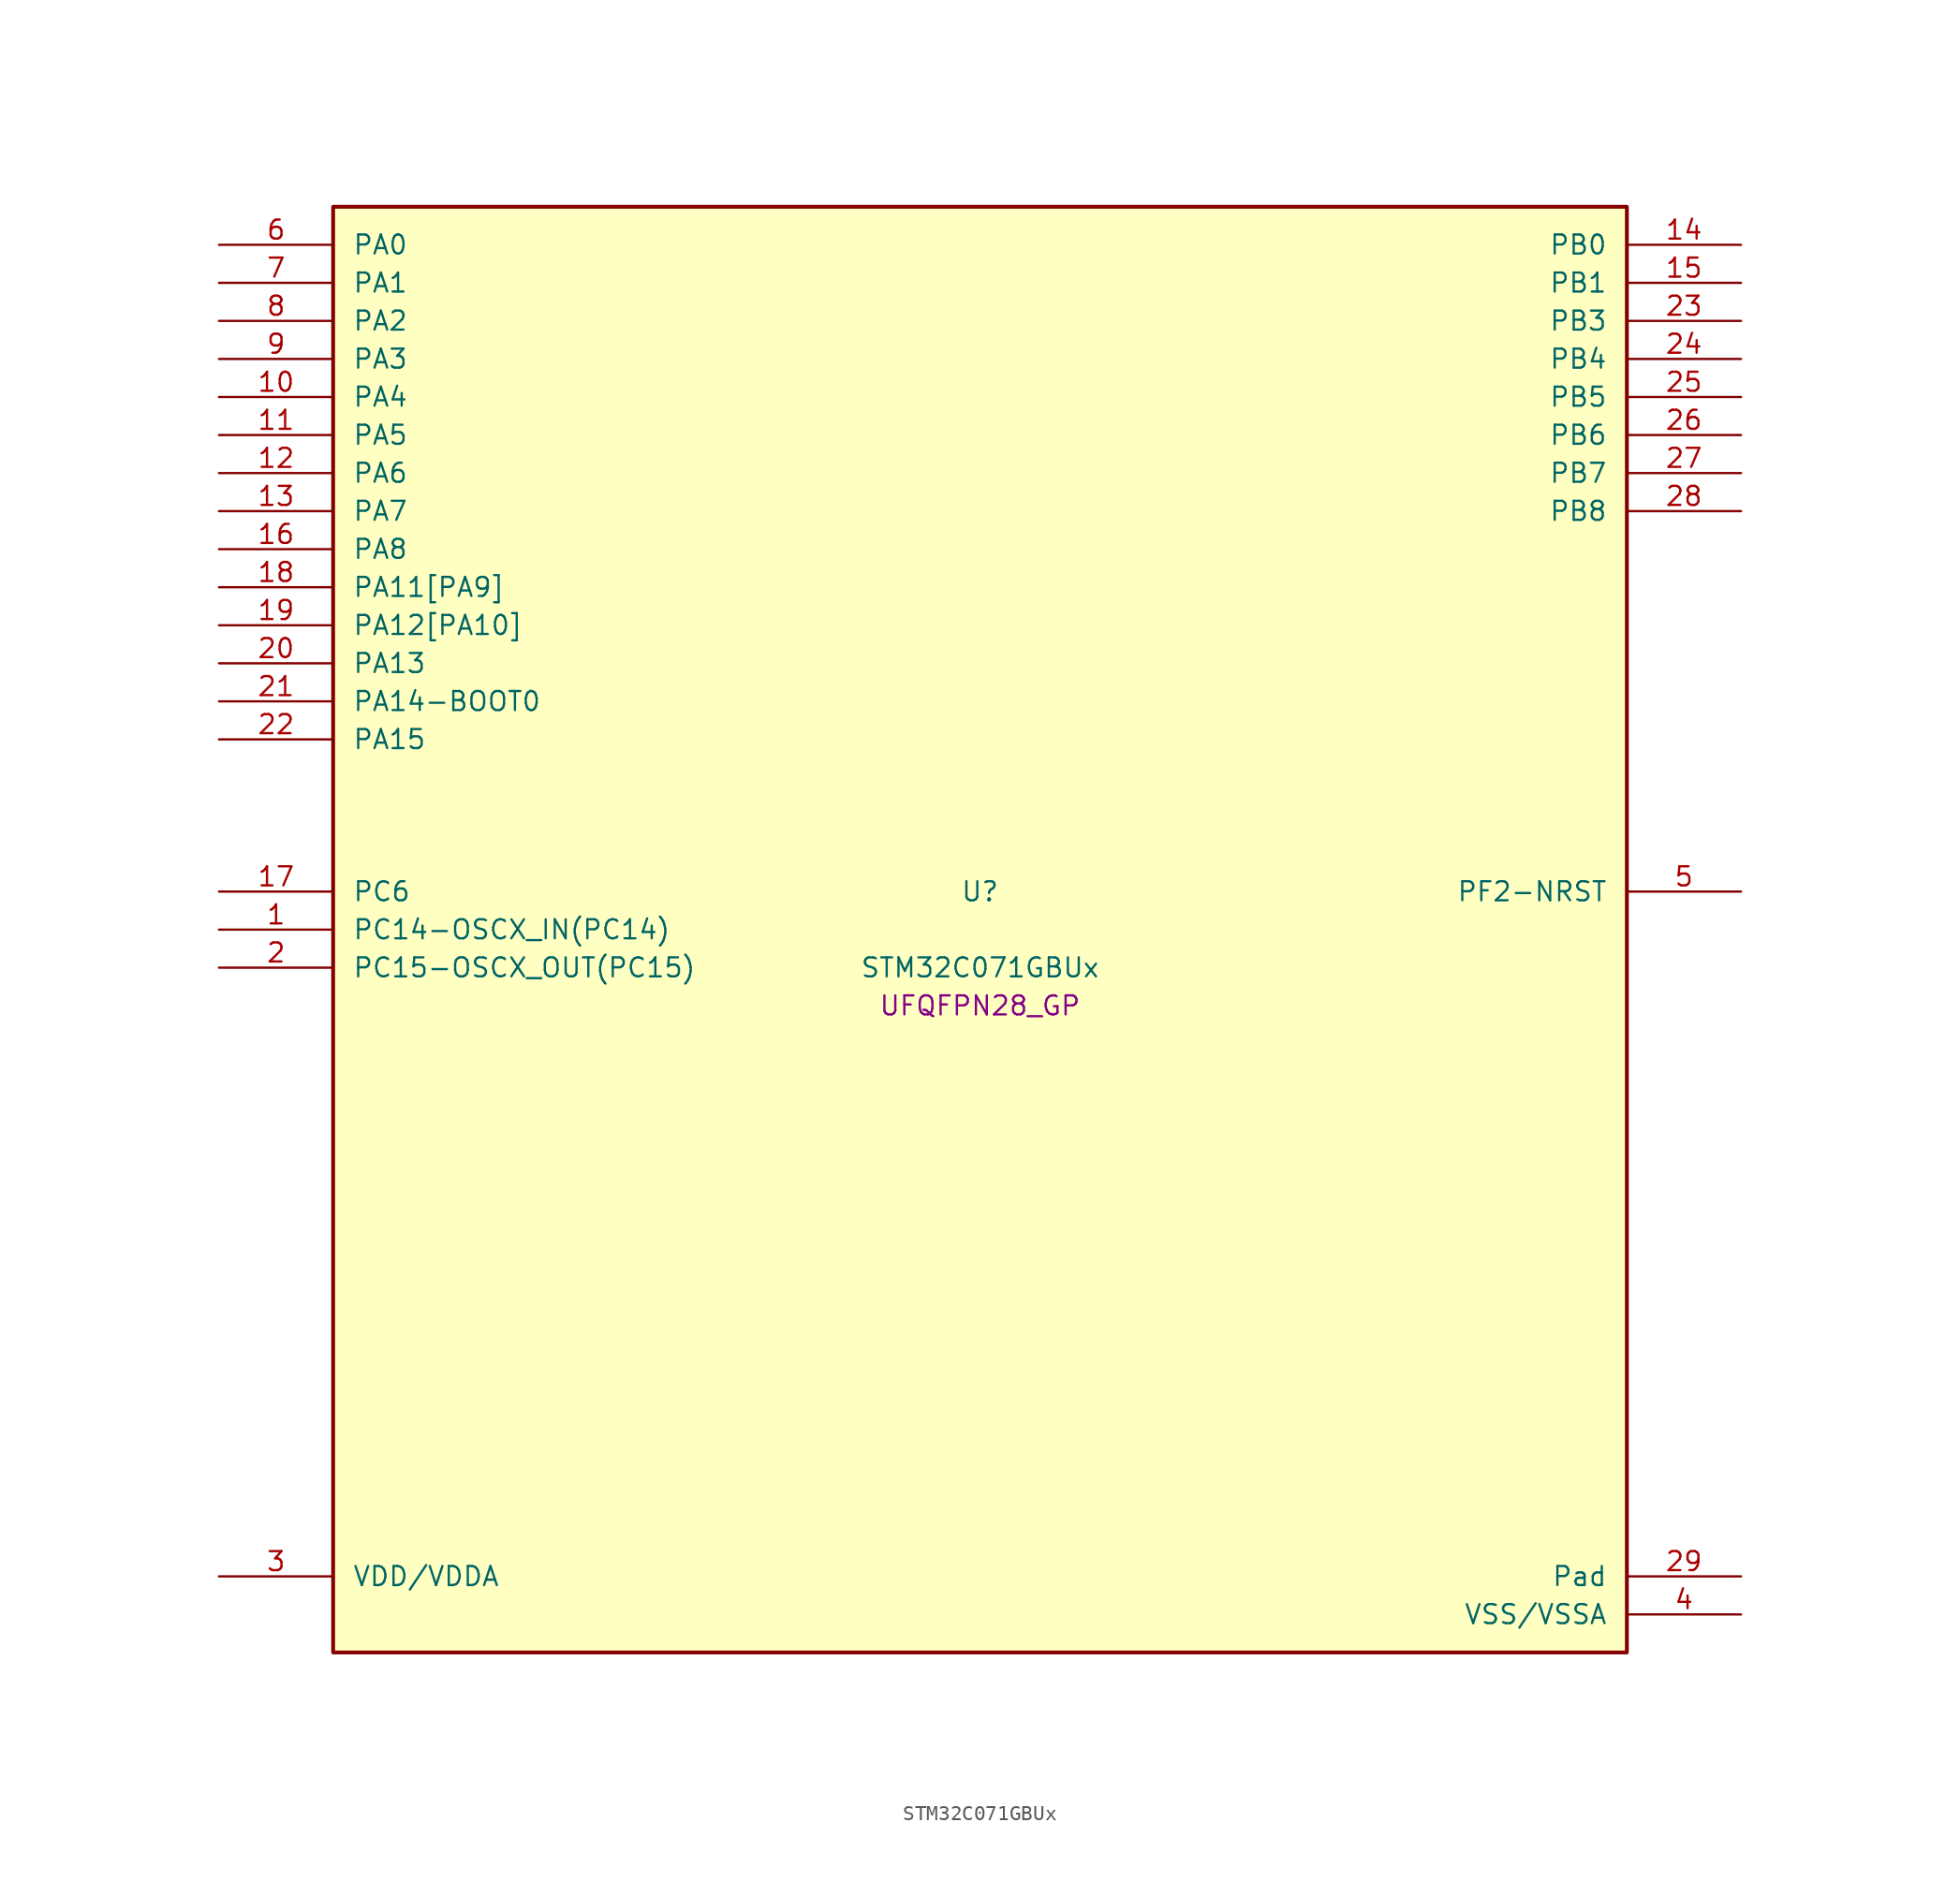
<source format=kicad_sym>
(kicad_symbol_lib
  (version 20241209)
  (generator "stm32_pkl_generator")
  (generator_version "1.0")
  (symbol "STM32C071GBUx"
    (pin_names
      (offset 1.27))
    (property "Reference" "U"
      (at 0 2.54 0))
    (property "Value" "STM32C071GBUx"
      (at 0 -2.54 0))
    (property "Footprint" "UFQFPN28_GP"
      (at 0 -5.08 0))
    (symbol "STM32C071GBUx_1_1"
      (rectangle (start -43.18 48.26) (end 43.18 -48.26) (stroke (width 0.254) (type solid)) (fill (type background)))
      (pin bidirectional line (at -50.8 45.72 0) (length 7.62) (name "PA0") (number "6") (alternate "PA0/ADC1_IN0" bidirectional line) (alternate "PA0/PWR_WKUP1" bidirectional line) (alternate "PA0/SPI2_SCK" bidirectional line) (alternate "PA0/TIM16_CH1" bidirectional line) (alternate "PA0/TIM1_CH1" bidirectional line) (alternate "PA0/TIM2_CH1" bidirectional line) (alternate "PA0/TIM2_ETR" bidirectional line) (alternate "PA0/USART1_TX" bidirectional line) (alternate "PA0/USART2_CTS" bidirectional line) (alternate "PA0/USART2_NSS" bidirectional line))
      (pin bidirectional line (at -50.8 43.18 0) (length 7.62) (name "PA1") (number "7") (alternate "PA1/ADC1_IN1" bidirectional line) (alternate "PA1/I2C1_SMBA" bidirectional line) (alternate "PA1/I2S1_CK" bidirectional line) (alternate "PA1/SPI1_SCK" bidirectional line) (alternate "PA1/TIM17_CH1" bidirectional line) (alternate "PA1/TIM1_CH2" bidirectional line) (alternate "PA1/TIM2_CH2" bidirectional line) (alternate "PA1/USART1_RX" bidirectional line) (alternate "PA1/USART2_CK" bidirectional line) (alternate "PA1/USART2_DE" bidirectional line) (alternate "PA1/USART2_RTS" bidirectional line))
      (pin bidirectional line (at -50.8 40.64 0) (length 7.62) (name "PA2") (number "8") (alternate "PA2/ADC1_IN2" bidirectional line) (alternate "PA2/I2S1_SD" bidirectional line) (alternate "PA2/PWR_WKUP4" bidirectional line) (alternate "PA2/RCC_LSCO" bidirectional line) (alternate "PA2/SPI1_MOSI" bidirectional line) (alternate "PA2/TIM16_CH1N" bidirectional line) (alternate "PA2/TIM1_CH3" bidirectional line) (alternate "PA2/TIM2_CH3" bidirectional line) (alternate "PA2/TIM3_ETR" bidirectional line) (alternate "PA2/USART2_TX" bidirectional line))
      (pin bidirectional line (at -50.8 38.1 0) (length 7.62) (name "PA3") (number "9") (alternate "PA3/ADC1_IN3" bidirectional line) (alternate "PA3/SPI2_MISO" bidirectional line) (alternate "PA3/TIM1_CH1N" bidirectional line) (alternate "PA3/TIM1_CH4" bidirectional line) (alternate "PA3/TIM2_CH4" bidirectional line) (alternate "PA3/USART2_RX" bidirectional line))
      (pin bidirectional line (at -50.8 35.56 0) (length 7.62) (name "PA4") (number "10") (alternate "PA4/ADC1_IN4" bidirectional line) (alternate "PA4/I2S1_WS" bidirectional line) (alternate "PA4/PWR_WKUP2" bidirectional line) (alternate "PA4/RTC_OUT1" bidirectional line) (alternate "PA4/RTC_TS" bidirectional line) (alternate "PA4/SPI1_NSS" bidirectional line) (alternate "PA4/SPI2_MOSI" bidirectional line) (alternate "PA4/TIM14_CH1" bidirectional line) (alternate "PA4/TIM17_CH1N" bidirectional line) (alternate "PA4/TIM1_CH2N" bidirectional line) (alternate "PA4/USART2_TX" bidirectional line) (alternate "PA4/USB_NOE" bidirectional line))
      (pin bidirectional line (at -50.8 33.02 0) (length 7.62) (name "PA5") (number "11") (alternate "PA5/ADC1_IN5" bidirectional line) (alternate "PA5/I2S1_CK" bidirectional line) (alternate "PA5/SPI1_SCK" bidirectional line) (alternate "PA5/TIM1_CH1" bidirectional line) (alternate "PA5/TIM1_CH3N" bidirectional line) (alternate "PA5/TIM2_CH1" bidirectional line) (alternate "PA5/TIM2_ETR" bidirectional line) (alternate "PA5/USART2_RX" bidirectional line))
      (pin bidirectional line (at -50.8 30.48 0) (length 7.62) (name "PA6") (number "12") (alternate "PA6/ADC1_IN6" bidirectional line) (alternate "PA6/I2C2_SDA" bidirectional line) (alternate "PA6/I2S1_MCK" bidirectional line) (alternate "PA6/SPI1_MISO" bidirectional line) (alternate "PA6/TIM16_CH1" bidirectional line) (alternate "PA6/TIM1_BKIN" bidirectional line) (alternate "PA6/TIM3_CH1" bidirectional line))
      (pin bidirectional line (at -50.8 27.94 0) (length 7.62) (name "PA7") (number "13") (alternate "PA7/ADC1_IN7" bidirectional line) (alternate "PA7/I2C2_SCL" bidirectional line) (alternate "PA7/I2S1_SD" bidirectional line) (alternate "PA7/SPI1_MOSI" bidirectional line) (alternate "PA7/TIM14_CH1" bidirectional line) (alternate "PA7/TIM17_CH1" bidirectional line) (alternate "PA7/TIM1_CH1N" bidirectional line) (alternate "PA7/TIM3_CH2" bidirectional line))
      (pin bidirectional line (at -50.8 25.4 0) (length 7.62) (name "PA8") (number "16") (alternate "PA8/ADC1_IN8" bidirectional line) (alternate "PA8/CRS_SYNC" bidirectional line) (alternate "PA8/I2S1_WS" bidirectional line) (alternate "PA8/RCC_MCO" bidirectional line) (alternate "PA8/RCC_MCO_2" bidirectional line) (alternate "PA8/SPI1_NSS" bidirectional line) (alternate "PA8/SPI2_MISO" bidirectional line) (alternate "PA8/SPI2_NSS" bidirectional line) (alternate "PA8/TIM14_CH1" bidirectional line) (alternate "PA8/TIM1_CH1" bidirectional line) (alternate "PA8/TIM1_CH2N" bidirectional line) (alternate "PA8/TIM1_CH3N" bidirectional line) (alternate "PA8/TIM3_CH3" bidirectional line) (alternate "PA8/TIM3_CH4" bidirectional line) (alternate "PA8/USART1_RX" bidirectional line) (alternate "PA8/USART2_TX" bidirectional line))
      (pin bidirectional line (at -50.8 22.86 0) (length 7.62) (name "PA11[PA9]") (number "18") (alternate "PA11[PA9]/ADC1_EXTI11" bidirectional line) (alternate "PA11[PA9]/I2C2_SCL" bidirectional line) (alternate "PA11[PA9]/I2S1_MCK" bidirectional line) (alternate "PA11[PA9]/SPI1_MISO" bidirectional line) (alternate "PA11[PA9]/TIM1_BKIN2" bidirectional line) (alternate "PA11[PA9]/TIM1_CH4" bidirectional line) (alternate "PA11[PA9]/USART1_CTS" bidirectional line) (alternate "PA11[PA9]/USART1_NSS" bidirectional line) (alternate "PA11[PA9]/USB_DM" bidirectional line) (alternate "PA11[PA9]/PA9[PA11]" bidirectional line) (alternate "PA11[PA9]/I2C1_SCL" bidirectional line) (alternate "PA11[PA9]/RCC_MCO" bidirectional line) (alternate "PA11[PA9]/SPI2_MISO" bidirectional line) (alternate "PA11[PA9]/TIM1_CH2" bidirectional line) (alternate "PA11[PA9]/TIM3_ETR" bidirectional line) (alternate "PA11[PA9]/USART1_TX" bidirectional line))
      (pin bidirectional line (at -50.8 20.32 0) (length 7.62) (name "PA12[PA10]") (number "19") (alternate "PA12[PA10]/I2C2_SDA" bidirectional line) (alternate "PA12[PA10]/I2S1_SD" bidirectional line) (alternate "PA12[PA10]/I2S_CKIN" bidirectional line) (alternate "PA12[PA10]/SPI1_MOSI" bidirectional line) (alternate "PA12[PA10]/TIM1_ETR" bidirectional line) (alternate "PA12[PA10]/USART1_CK" bidirectional line) (alternate "PA12[PA10]/USART1_DE" bidirectional line) (alternate "PA12[PA10]/USART1_RTS" bidirectional line) (alternate "PA12[PA10]/USB_DP" bidirectional line) (alternate "PA12[PA10]/PA10[PA12]" bidirectional line) (alternate "PA12[PA10]/I2C1_SDA" bidirectional line) (alternate "PA12[PA10]/RCC_MCO_2" bidirectional line) (alternate "PA12[PA10]/SPI2_MOSI" bidirectional line) (alternate "PA12[PA10]/TIM17_BKIN" bidirectional line) (alternate "PA12[PA10]/TIM1_CH3" bidirectional line) (alternate "PA12[PA10]/USART1_RX" bidirectional line))
      (pin bidirectional line (at -50.8 17.78 0) (length 7.62) (name "PA13") (number "20") (alternate "PA13/ADC1_IN13" bidirectional line) (alternate "PA13/DEBUG_SWDIO" bidirectional line) (alternate "PA13/IR_OUT" bidirectional line) (alternate "PA13/TIM3_ETR" bidirectional line) (alternate "PA13/USART2_RX" bidirectional line) (alternate "PA13/USB_NOE" bidirectional line))
      (pin bidirectional line (at -50.8 15.24 0) (length 7.62) (name "PA14-BOOT0") (number "21") (alternate "PA14-BOOT0/ADC1_IN14" bidirectional line) (alternate "PA14-BOOT0/DEBUG_SWCLK" bidirectional line) (alternate "PA14-BOOT0/I2S1_WS" bidirectional line) (alternate "PA14-BOOT0/RCC_MCO_2" bidirectional line) (alternate "PA14-BOOT0/SPI1_NSS" bidirectional line) (alternate "PA14-BOOT0/TIM1_CH1" bidirectional line) (alternate "PA14-BOOT0/USART1_CK" bidirectional line) (alternate "PA14-BOOT0/USART1_DE" bidirectional line) (alternate "PA14-BOOT0/USART1_RTS" bidirectional line) (alternate "PA14-BOOT0/USART2_RX" bidirectional line) (alternate "PA14-BOOT0/USART2_TX" bidirectional line))
      (pin bidirectional line (at -50.8 12.7 0) (length 7.62) (name "PA15") (number "22") (alternate "PA15/I2S1_WS" bidirectional line) (alternate "PA15/RCC_MCO_2" bidirectional line) (alternate "PA15/SPI1_NSS" bidirectional line) (alternate "PA15/TIM1_CH1" bidirectional line) (alternate "PA15/TIM2_CH1" bidirectional line) (alternate "PA15/TIM2_ETR" bidirectional line) (alternate "PA15/USART1_CK" bidirectional line) (alternate "PA15/USART1_DE" bidirectional line) (alternate "PA15/USART1_RTS" bidirectional line) (alternate "PA15/USART2_RX" bidirectional line) (alternate "PA15/USB_NOE" bidirectional line))
      (pin bidirectional line (at 50.8 45.72 180) (length 7.62) (name "PB0") (number "14") (alternate "PB0/ADC1_IN17" bidirectional line) (alternate "PB0/I2S1_WS" bidirectional line) (alternate "PB0/SPI1_NSS" bidirectional line) (alternate "PB0/TIM1_CH2N" bidirectional line) (alternate "PB0/TIM3_CH3" bidirectional line))
      (pin bidirectional line (at 50.8 43.18 180) (length 7.62) (name "PB1") (number "15") (alternate "PB1/ADC1_IN18" bidirectional line) (alternate "PB1/TIM14_CH1" bidirectional line) (alternate "PB1/TIM1_CH2N" bidirectional line) (alternate "PB1/TIM1_CH3N" bidirectional line) (alternate "PB1/TIM3_CH4" bidirectional line))
      (pin bidirectional line (at 50.8 40.64 180) (length 7.62) (name "PB3") (number "23") (alternate "PB3/I2C2_SCL" bidirectional line) (alternate "PB3/I2S1_CK" bidirectional line) (alternate "PB3/SPI1_SCK" bidirectional line) (alternate "PB3/TIM1_CH2" bidirectional line) (alternate "PB3/TIM2_CH2" bidirectional line) (alternate "PB3/TIM3_CH2" bidirectional line) (alternate "PB3/USART1_CK" bidirectional line) (alternate "PB3/USART1_DE" bidirectional line) (alternate "PB3/USART1_RTS" bidirectional line))
      (pin bidirectional line (at 50.8 38.1 180) (length 7.62) (name "PB4") (number "24") (alternate "PB4/I2C2_SDA" bidirectional line) (alternate "PB4/I2S1_MCK" bidirectional line) (alternate "PB4/SPI1_MISO" bidirectional line) (alternate "PB4/TIM17_BKIN" bidirectional line) (alternate "PB4/TIM3_CH1" bidirectional line) (alternate "PB4/USART1_CTS" bidirectional line) (alternate "PB4/USART1_NSS" bidirectional line))
      (pin bidirectional line (at 50.8 35.56 180) (length 7.62) (name "PB5") (number "25") (alternate "PB5/I2C1_SMBA" bidirectional line) (alternate "PB5/I2S1_SD" bidirectional line) (alternate "PB5/PWR_WKUP6" bidirectional line) (alternate "PB5/SPI1_MOSI" bidirectional line) (alternate "PB5/TIM16_BKIN" bidirectional line) (alternate "PB5/TIM3_CH2" bidirectional line) (alternate "PB5/TIM3_CH3" bidirectional line))
      (pin bidirectional line (at 50.8 33.02 180) (length 7.62) (name "PB6") (number "26") (alternate "PB6/I2C1_SCL" bidirectional line) (alternate "PB6/I2C1_SMBA" bidirectional line) (alternate "PB6/I2S1_CK" bidirectional line) (alternate "PB6/I2S1_MCK" bidirectional line) (alternate "PB6/I2S1_SD" bidirectional line) (alternate "PB6/PWR_WKUP3" bidirectional line) (alternate "PB6/SPI1_MISO" bidirectional line) (alternate "PB6/SPI1_MOSI" bidirectional line) (alternate "PB6/SPI1_SCK" bidirectional line) (alternate "PB6/SPI2_MISO" bidirectional line) (alternate "PB6/TIM16_BKIN" bidirectional line) (alternate "PB6/TIM16_CH1N" bidirectional line) (alternate "PB6/TIM17_BKIN" bidirectional line) (alternate "PB6/TIM1_CH2" bidirectional line) (alternate "PB6/TIM1_CH3" bidirectional line) (alternate "PB6/TIM3_CH1" bidirectional line) (alternate "PB6/TIM3_CH2" bidirectional line) (alternate "PB6/TIM3_CH3" bidirectional line) (alternate "PB6/USART1_CTS" bidirectional line) (alternate "PB6/USART1_NSS" bidirectional line) (alternate "PB6/USART1_TX" bidirectional line))
      (pin bidirectional line (at 50.8 30.48 180) (length 7.62) (name "PB7") (number "27") (alternate "PB7/I2C1_SCL" bidirectional line) (alternate "PB7/I2C1_SDA" bidirectional line) (alternate "PB7/RTC_REFIN" bidirectional line) (alternate "PB7/SPI2_MOSI" bidirectional line) (alternate "PB7/TIM16_CH1" bidirectional line) (alternate "PB7/TIM17_CH1N" bidirectional line) (alternate "PB7/TIM1_CH4" bidirectional line) (alternate "PB7/TIM3_CH1" bidirectional line) (alternate "PB7/TIM3_CH4" bidirectional line) (alternate "PB7/USART1_RX" bidirectional line) (alternate "PB7/USART2_CTS" bidirectional line) (alternate "PB7/USART2_NSS" bidirectional line))
      (pin bidirectional line (at 50.8 27.94 180) (length 7.62) (name "PB8") (number "28") (alternate "PB8/I2C1_SCL" bidirectional line) (alternate "PB8/SPI2_SCK" bidirectional line) (alternate "PB8/TIM16_CH1" bidirectional line) (alternate "PB8/TIM3_CH1" bidirectional line) (alternate "PB8/USART2_CTS" bidirectional line) (alternate "PB8/USART2_NSS" bidirectional line))
      (pin bidirectional line (at -50.8 2.54 0) (length 7.62) (name "PC6") (number "17") (alternate "PC6/TIM2_CH3" bidirectional line) (alternate "PC6/TIM3_CH1" bidirectional line))
      (pin bidirectional line (at -50.8 0 0) (length 7.62) (name "PC14-OSCX_IN(PC14)") (number "1") (alternate "PC14-OSCX_IN(PC14)/I2C1_SDA" bidirectional line) (alternate "PC14-OSCX_IN(PC14)/IR_OUT" bidirectional line) (alternate "PC14-OSCX_IN(PC14)/RCC_OSCX_IN" bidirectional line) (alternate "PC14-OSCX_IN(PC14)/SPI2_NSS" bidirectional line) (alternate "PC14-OSCX_IN(PC14)/TIM17_CH1" bidirectional line) (alternate "PC14-OSCX_IN(PC14)/TIM1_BKIN2" bidirectional line) (alternate "PC14-OSCX_IN(PC14)/TIM1_ETR" bidirectional line) (alternate "PC14-OSCX_IN(PC14)/TIM3_CH2" bidirectional line) (alternate "PC14-OSCX_IN(PC14)/USART1_TX" bidirectional line) (alternate "PC14-OSCX_IN(PC14)/USART2_CK" bidirectional line) (alternate "PC14-OSCX_IN(PC14)/USART2_DE" bidirectional line) (alternate "PC14-OSCX_IN(PC14)/USART2_RTS" bidirectional line))
      (pin bidirectional line (at -50.8 -2.54 0) (length 7.62) (name "PC15-OSCX_OUT(PC15)") (number "2") (alternate "PC15-OSCX_OUT(PC15)/RCC_OSC32_EN" bidirectional line) (alternate "PC15-OSCX_OUT(PC15)/RCC_OSCX_OUT" bidirectional line) (alternate "PC15-OSCX_OUT(PC15)/RCC_OSC_EN" bidirectional line) (alternate "PC15-OSCX_OUT(PC15)/TIM1_ETR" bidirectional line) (alternate "PC15-OSCX_OUT(PC15)/TIM3_CH3" bidirectional line))
      (pin bidirectional line (at 50.8 2.54 180) (length 7.62) (name "PF2-NRST") (number "5") (alternate "PF2-NRST/RCC_MCO" bidirectional line) (alternate "PF2-NRST/TIM1_CH4" bidirectional line))
      (pin power_in line (at -50.8 -43.18 0) (length 7.62) (name "VDD/VDDA") (number "3"))
      (pin passive line (at 50.8 -43.18 180) (length 7.62) (name "Pad") (number "29"))
      (pin power_in line (at 50.8 -45.72 180) (length 7.62) (name "VSS/VSSA") (number "4")))))
</source>
